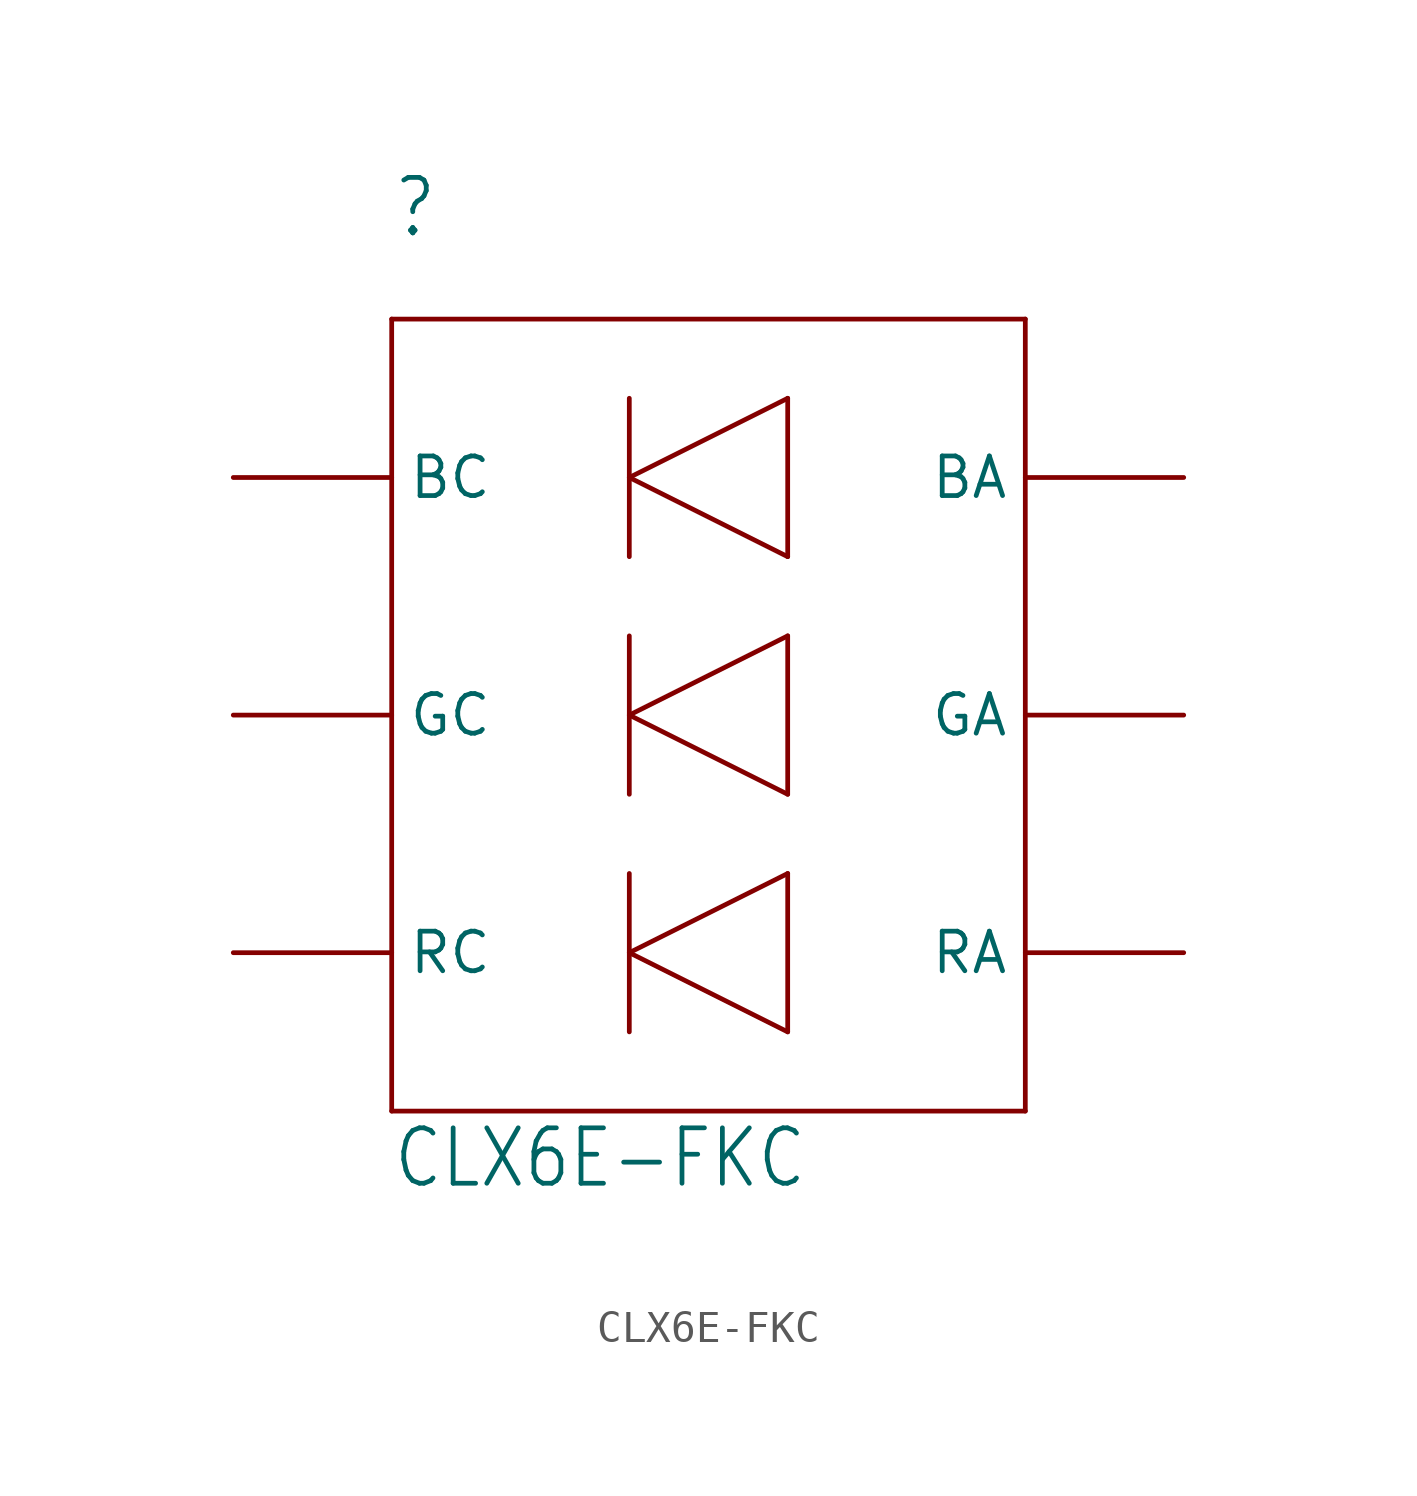
<source format=kicad_sym>
(kicad_symbol_lib
  (version 20211014)
  (generator kicad_symbol_editor)
  (symbol "CLX6E-FKC"
    (property "Reference" ""
      (at -10.16 15.24 0)
      (effects (font (size 1.778 1.511)) (justify left bottom)))
    (property "Value" "CLX6E-FKC"
      (at -10.16 -15.24 0)
      (effects (font (size 1.778 1.511)) (justify left bottom)))
    (property "ki_locked" ""
      (at 0 0 0)
      (effects (font (size 1.27 1.27))))
    (symbol "CLX6E-FKC_1_0"
      (polyline (pts (xy -10.16 -12.7) (xy 10.16 -12.7)) (stroke (width 0.152) (type default)) (fill (type none)))
      (polyline (pts (xy -10.16 12.7) (xy -10.16 -12.7)) (stroke (width 0.152) (type default)) (fill (type none)))
      (polyline (pts (xy -2.54 -7.62) (xy 2.54 -5.08)) (stroke (width 0.152) (type default)) (fill (type none)))
      (polyline (pts (xy -2.54 -5.08) (xy -2.54 -10.16)) (stroke (width 0.152) (type default)) (fill (type none)))
      (polyline (pts (xy -2.54 0) (xy 2.54 2.54)) (stroke (width 0.152) (type default)) (fill (type none)))
      (polyline (pts (xy -2.54 2.54) (xy -2.54 -2.54)) (stroke (width 0.152) (type default)) (fill (type none)))
      (polyline (pts (xy -2.54 7.62) (xy 2.54 10.16)) (stroke (width 0.152) (type default)) (fill (type none)))
      (polyline (pts (xy -2.54 10.16) (xy -2.54 5.08)) (stroke (width 0.152) (type default)) (fill (type none)))
      (polyline (pts (xy 2.54 -10.16) (xy -2.54 -7.62)) (stroke (width 0.152) (type default)) (fill (type none)))
      (polyline (pts (xy 2.54 -5.08) (xy 2.54 -10.16)) (stroke (width 0.152) (type default)) (fill (type none)))
      (polyline (pts (xy 2.54 -2.54) (xy -2.54 0)) (stroke (width 0.152) (type default)) (fill (type none)))
      (polyline (pts (xy 2.54 2.54) (xy 2.54 -2.54)) (stroke (width 0.152) (type default)) (fill (type none)))
      (polyline (pts (xy 2.54 5.08) (xy -2.54 7.62)) (stroke (width 0.152) (type default)) (fill (type none)))
      (polyline (pts (xy 2.54 10.16) (xy 2.54 5.08)) (stroke (width 0.152) (type default)) (fill (type none)))
      (polyline (pts (xy 10.16 -12.7) (xy 10.16 12.7)) (stroke (width 0.152) (type default)) (fill (type none)))
      (polyline (pts (xy 10.16 12.7) (xy -10.16 12.7)) (stroke (width 0.152) (type default)) (fill (type none)))
      (pin bidirectional line (at -15.24 7.62 0) (length 5.08) (name "BC" (effects (font (size 1.27 1.27)))) (number "P$1" (effects (font (size 0 0)))))
      (pin bidirectional line (at -15.24 0 0) (length 5.08) (name "GC" (effects (font (size 1.27 1.27)))) (number "P$2" (effects (font (size 0 0)))))
      (pin bidirectional line (at -15.24 -7.62 0) (length 5.08) (name "RC" (effects (font (size 1.27 1.27)))) (number "P$3" (effects (font (size 0 0)))))
      (pin bidirectional line (at 15.24 -7.62 180) (length 5.08) (name "RA" (effects (font (size 1.27 1.27)))) (number "P$4" (effects (font (size 0 0)))))
      (pin bidirectional line (at 15.24 0 180) (length 5.08) (name "GA" (effects (font (size 1.27 1.27)))) (number "P$5" (effects (font (size 0 0)))))
      (pin bidirectional line (at 15.24 7.62 180) (length 5.08) (name "BA" (effects (font (size 1.27 1.27)))) (number "P$6" (effects (font (size 0 0))))))))
</source>
